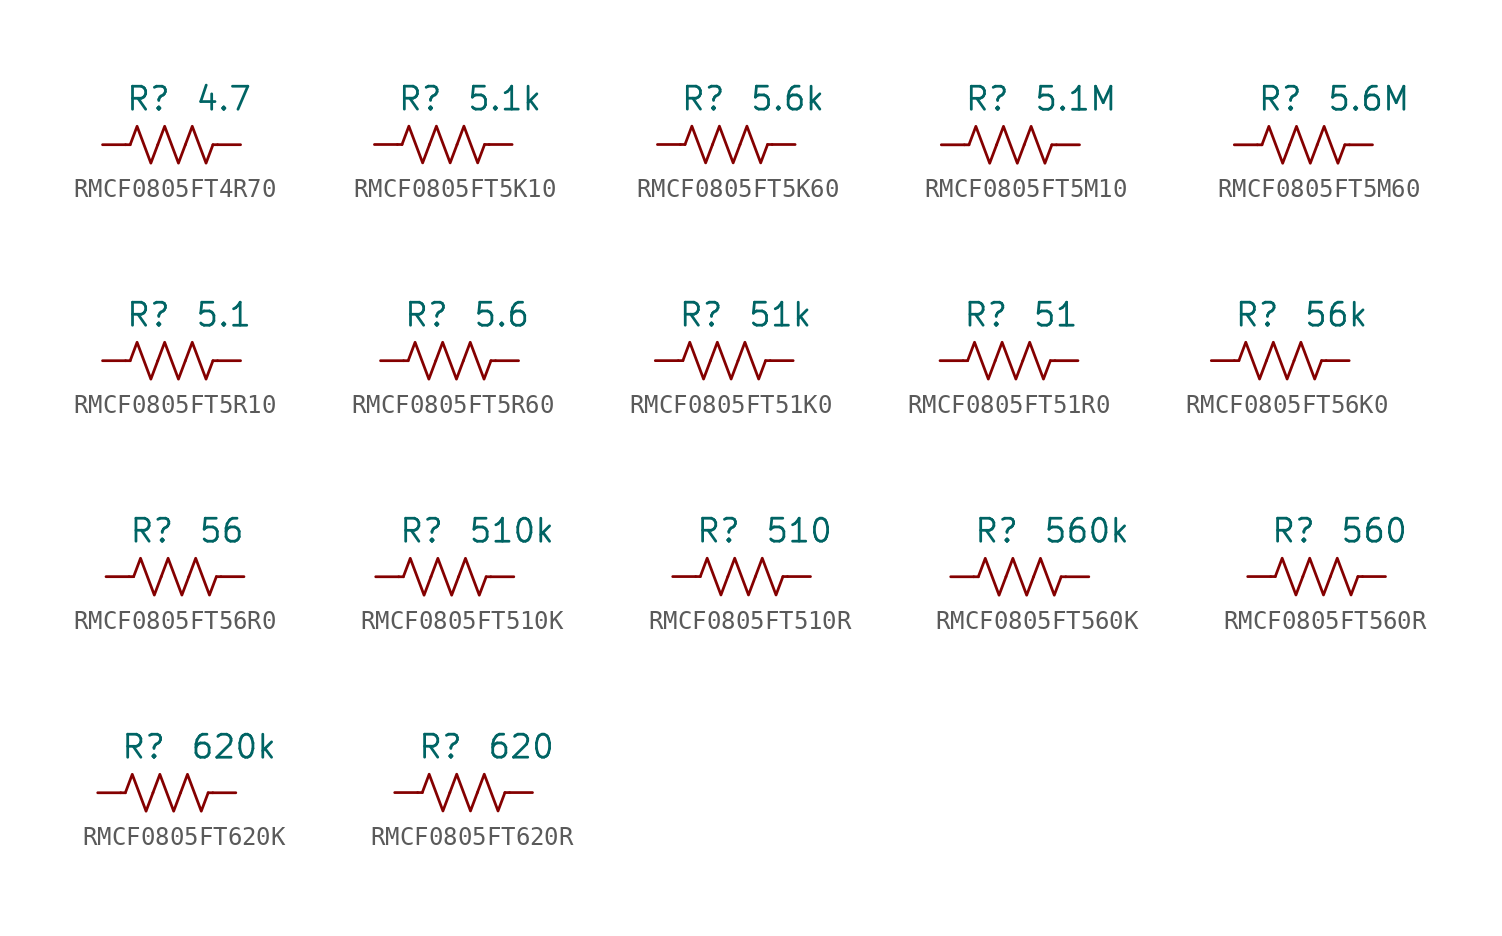
<source format=kicad_sym>
(kicad_symbol_lib
  (version 20241209)
  (generator "kicad_symbol_editor")
  (generator_version "9.0")
  (symbol "RMCF0805FT4R70"
    (pin_numbers
      (hide yes))
    (property "Reference" "R"
      (at 0 2.54 0)
      (effects (font (size 1.27 1.27)) (justify right)))
    (property "Value" "4.7"
      (at 1.27 2.54 0)
      (effects (font (size 1.27 1.27)) (justify left)))
    (symbol "RMCF0805FT4R70_0_1"
      (polyline (pts (xy -2.286 0) (xy -2.54 0)) (stroke (width 0) (type default)) (fill (type none)))
      (polyline (pts (xy -2.286 0) (xy -1.905 1.016) (xy -1.524 0) (xy -1.143 -1.016) (xy -0.762 0)) (stroke (width 0) (type default)) (fill (type none)))
      (polyline (pts (xy -0.762 0) (xy -0.381 1.016) (xy 0 0) (xy 0.381 -1.016) (xy 0.762 0)) (stroke (width 0) (type default)) (fill (type none)))
      (polyline (pts (xy 0.762 0) (xy 1.143 1.016) (xy 1.524 0) (xy 1.905 -1.016) (xy 2.286 0)) (stroke (width 0) (type default)) (fill (type none)))
      (polyline (pts (xy 2.286 0) (xy 2.54 0)) (stroke (width 0) (type default)) (fill (type none))))
    (symbol "RMCF0805FT4R70_1_1"
      (pin passive line (at -3.81 0 0) (length 1.27) (name "~" (effects (font (size 1.27 1.27)))) (number "1" (effects (font (size 1.27 1.27)))))
      (pin passive line (at 3.81 0 180) (length 1.27) (name "~" (effects (font (size 1.27 1.27)))) (number "2" (effects (font (size 1.27 1.27)))))))
  (symbol "RMCF0805FT5K10"
    (pin_numbers
      (hide yes))
    (property "Reference" "R"
      (at 0 2.54 0)
      (effects (font (size 1.27 1.27)) (justify right)))
    (property "Value" "5.1k"
      (at 1.27 2.54 0)
      (effects (font (size 1.27 1.27)) (justify left)))
    (symbol "RMCF0805FT5K10_0_1"
      (polyline (pts (xy -2.286 0) (xy -2.54 0)) (stroke (width 0) (type default)) (fill (type none)))
      (polyline (pts (xy -2.286 0) (xy -1.905 1.016) (xy -1.524 0) (xy -1.143 -1.016) (xy -0.762 0)) (stroke (width 0) (type default)) (fill (type none)))
      (polyline (pts (xy -0.762 0) (xy -0.381 1.016) (xy 0 0) (xy 0.381 -1.016) (xy 0.762 0)) (stroke (width 0) (type default)) (fill (type none)))
      (polyline (pts (xy 0.762 0) (xy 1.143 1.016) (xy 1.524 0) (xy 1.905 -1.016) (xy 2.286 0)) (stroke (width 0) (type default)) (fill (type none)))
      (polyline (pts (xy 2.286 0) (xy 2.54 0)) (stroke (width 0) (type default)) (fill (type none))))
    (symbol "RMCF0805FT5K10_1_1"
      (pin passive line (at -3.81 0 0) (length 1.27) (name "~" (effects (font (size 1.27 1.27)))) (number "1" (effects (font (size 1.27 1.27)))))
      (pin passive line (at 3.81 0 180) (length 1.27) (name "~" (effects (font (size 1.27 1.27)))) (number "2" (effects (font (size 1.27 1.27)))))))
  (symbol "RMCF0805FT5K60"
    (pin_numbers
      (hide yes))
    (property "Reference" "R"
      (at 0 2.54 0)
      (effects (font (size 1.27 1.27)) (justify right)))
    (property "Value" "5.6k"
      (at 1.27 2.54 0)
      (effects (font (size 1.27 1.27)) (justify left)))
    (symbol "RMCF0805FT5K60_0_1"
      (polyline (pts (xy -2.286 0) (xy -2.54 0)) (stroke (width 0) (type default)) (fill (type none)))
      (polyline (pts (xy -2.286 0) (xy -1.905 1.016) (xy -1.524 0) (xy -1.143 -1.016) (xy -0.762 0)) (stroke (width 0) (type default)) (fill (type none)))
      (polyline (pts (xy -0.762 0) (xy -0.381 1.016) (xy 0 0) (xy 0.381 -1.016) (xy 0.762 0)) (stroke (width 0) (type default)) (fill (type none)))
      (polyline (pts (xy 0.762 0) (xy 1.143 1.016) (xy 1.524 0) (xy 1.905 -1.016) (xy 2.286 0)) (stroke (width 0) (type default)) (fill (type none)))
      (polyline (pts (xy 2.286 0) (xy 2.54 0)) (stroke (width 0) (type default)) (fill (type none))))
    (symbol "RMCF0805FT5K60_1_1"
      (pin passive line (at -3.81 0 0) (length 1.27) (name "~" (effects (font (size 1.27 1.27)))) (number "1" (effects (font (size 1.27 1.27)))))
      (pin passive line (at 3.81 0 180) (length 1.27) (name "~" (effects (font (size 1.27 1.27)))) (number "2" (effects (font (size 1.27 1.27)))))))
  (symbol "RMCF0805FT5M10"
    (pin_numbers
      (hide yes))
    (property "Reference" "R"
      (at 0 2.54 0)
      (effects (font (size 1.27 1.27)) (justify right)))
    (property "Value" "5.1M"
      (at 1.27 2.54 0)
      (effects (font (size 1.27 1.27)) (justify left)))
    (symbol "RMCF0805FT5M10_0_1"
      (polyline (pts (xy -2.286 0) (xy -2.54 0)) (stroke (width 0) (type default)) (fill (type none)))
      (polyline (pts (xy -2.286 0) (xy -1.905 1.016) (xy -1.524 0) (xy -1.143 -1.016) (xy -0.762 0)) (stroke (width 0) (type default)) (fill (type none)))
      (polyline (pts (xy -0.762 0) (xy -0.381 1.016) (xy 0 0) (xy 0.381 -1.016) (xy 0.762 0)) (stroke (width 0) (type default)) (fill (type none)))
      (polyline (pts (xy 0.762 0) (xy 1.143 1.016) (xy 1.524 0) (xy 1.905 -1.016) (xy 2.286 0)) (stroke (width 0) (type default)) (fill (type none)))
      (polyline (pts (xy 2.286 0) (xy 2.54 0)) (stroke (width 0) (type default)) (fill (type none))))
    (symbol "RMCF0805FT5M10_1_1"
      (pin passive line (at -3.81 0 0) (length 1.27) (name "~" (effects (font (size 1.27 1.27)))) (number "1" (effects (font (size 1.27 1.27)))))
      (pin passive line (at 3.81 0 180) (length 1.27) (name "~" (effects (font (size 1.27 1.27)))) (number "2" (effects (font (size 1.27 1.27)))))))
  (symbol "RMCF0805FT5M60"
    (pin_numbers
      (hide yes))
    (property "Reference" "R"
      (at 0 2.54 0)
      (effects (font (size 1.27 1.27)) (justify right)))
    (property "Value" "5.6M"
      (at 1.27 2.54 0)
      (effects (font (size 1.27 1.27)) (justify left)))
    (symbol "RMCF0805FT5M60_0_1"
      (polyline (pts (xy -2.286 0) (xy -2.54 0)) (stroke (width 0) (type default)) (fill (type none)))
      (polyline (pts (xy -2.286 0) (xy -1.905 1.016) (xy -1.524 0) (xy -1.143 -1.016) (xy -0.762 0)) (stroke (width 0) (type default)) (fill (type none)))
      (polyline (pts (xy -0.762 0) (xy -0.381 1.016) (xy 0 0) (xy 0.381 -1.016) (xy 0.762 0)) (stroke (width 0) (type default)) (fill (type none)))
      (polyline (pts (xy 0.762 0) (xy 1.143 1.016) (xy 1.524 0) (xy 1.905 -1.016) (xy 2.286 0)) (stroke (width 0) (type default)) (fill (type none)))
      (polyline (pts (xy 2.286 0) (xy 2.54 0)) (stroke (width 0) (type default)) (fill (type none))))
    (symbol "RMCF0805FT5M60_1_1"
      (pin passive line (at -3.81 0 0) (length 1.27) (name "~" (effects (font (size 1.27 1.27)))) (number "1" (effects (font (size 1.27 1.27)))))
      (pin passive line (at 3.81 0 180) (length 1.27) (name "~" (effects (font (size 1.27 1.27)))) (number "2" (effects (font (size 1.27 1.27)))))))
  (symbol "RMCF0805FT5R10"
    (pin_numbers
      (hide yes))
    (property "Reference" "R"
      (at 0 2.54 0)
      (effects (font (size 1.27 1.27)) (justify right)))
    (property "Value" "5.1"
      (at 1.27 2.54 0)
      (effects (font (size 1.27 1.27)) (justify left)))
    (symbol "RMCF0805FT5R10_0_1"
      (polyline (pts (xy -2.286 0) (xy -2.54 0)) (stroke (width 0) (type default)) (fill (type none)))
      (polyline (pts (xy -2.286 0) (xy -1.905 1.016) (xy -1.524 0) (xy -1.143 -1.016) (xy -0.762 0)) (stroke (width 0) (type default)) (fill (type none)))
      (polyline (pts (xy -0.762 0) (xy -0.381 1.016) (xy 0 0) (xy 0.381 -1.016) (xy 0.762 0)) (stroke (width 0) (type default)) (fill (type none)))
      (polyline (pts (xy 0.762 0) (xy 1.143 1.016) (xy 1.524 0) (xy 1.905 -1.016) (xy 2.286 0)) (stroke (width 0) (type default)) (fill (type none)))
      (polyline (pts (xy 2.286 0) (xy 2.54 0)) (stroke (width 0) (type default)) (fill (type none))))
    (symbol "RMCF0805FT5R10_1_1"
      (pin passive line (at -3.81 0 0) (length 1.27) (name "~" (effects (font (size 1.27 1.27)))) (number "1" (effects (font (size 1.27 1.27)))))
      (pin passive line (at 3.81 0 180) (length 1.27) (name "~" (effects (font (size 1.27 1.27)))) (number "2" (effects (font (size 1.27 1.27)))))))
  (symbol "RMCF0805FT5R60"
    (pin_numbers
      (hide yes))
    (property "Reference" "R"
      (at 0 2.54 0)
      (effects (font (size 1.27 1.27)) (justify right)))
    (property "Value" "5.6"
      (at 1.27 2.54 0)
      (effects (font (size 1.27 1.27)) (justify left)))
    (symbol "RMCF0805FT5R60_0_1"
      (polyline (pts (xy -2.286 0) (xy -2.54 0)) (stroke (width 0) (type default)) (fill (type none)))
      (polyline (pts (xy -2.286 0) (xy -1.905 1.016) (xy -1.524 0) (xy -1.143 -1.016) (xy -0.762 0)) (stroke (width 0) (type default)) (fill (type none)))
      (polyline (pts (xy -0.762 0) (xy -0.381 1.016) (xy 0 0) (xy 0.381 -1.016) (xy 0.762 0)) (stroke (width 0) (type default)) (fill (type none)))
      (polyline (pts (xy 0.762 0) (xy 1.143 1.016) (xy 1.524 0) (xy 1.905 -1.016) (xy 2.286 0)) (stroke (width 0) (type default)) (fill (type none)))
      (polyline (pts (xy 2.286 0) (xy 2.54 0)) (stroke (width 0) (type default)) (fill (type none))))
    (symbol "RMCF0805FT5R60_1_1"
      (pin passive line (at -3.81 0 0) (length 1.27) (name "~" (effects (font (size 1.27 1.27)))) (number "1" (effects (font (size 1.27 1.27)))))
      (pin passive line (at 3.81 0 180) (length 1.27) (name "~" (effects (font (size 1.27 1.27)))) (number "2" (effects (font (size 1.27 1.27)))))))
  (symbol "RMCF0805FT51K0"
    (pin_numbers
      (hide yes))
    (property "Reference" "R"
      (at 0 2.54 0)
      (effects (font (size 1.27 1.27)) (justify right)))
    (property "Value" "51k"
      (at 1.27 2.54 0)
      (effects (font (size 1.27 1.27)) (justify left)))
    (symbol "RMCF0805FT51K0_0_1"
      (polyline (pts (xy -2.286 0) (xy -2.54 0)) (stroke (width 0) (type default)) (fill (type none)))
      (polyline (pts (xy -2.286 0) (xy -1.905 1.016) (xy -1.524 0) (xy -1.143 -1.016) (xy -0.762 0)) (stroke (width 0) (type default)) (fill (type none)))
      (polyline (pts (xy -0.762 0) (xy -0.381 1.016) (xy 0 0) (xy 0.381 -1.016) (xy 0.762 0)) (stroke (width 0) (type default)) (fill (type none)))
      (polyline (pts (xy 0.762 0) (xy 1.143 1.016) (xy 1.524 0) (xy 1.905 -1.016) (xy 2.286 0)) (stroke (width 0) (type default)) (fill (type none)))
      (polyline (pts (xy 2.286 0) (xy 2.54 0)) (stroke (width 0) (type default)) (fill (type none))))
    (symbol "RMCF0805FT51K0_1_1"
      (pin passive line (at -3.81 0 0) (length 1.27) (name "~" (effects (font (size 1.27 1.27)))) (number "1" (effects (font (size 1.27 1.27)))))
      (pin passive line (at 3.81 0 180) (length 1.27) (name "~" (effects (font (size 1.27 1.27)))) (number "2" (effects (font (size 1.27 1.27)))))))
  (symbol "RMCF0805FT51R0"
    (pin_numbers
      (hide yes))
    (property "Reference" "R"
      (at 0 2.54 0)
      (effects (font (size 1.27 1.27)) (justify right)))
    (property "Value" "51"
      (at 1.27 2.54 0)
      (effects (font (size 1.27 1.27)) (justify left)))
    (symbol "RMCF0805FT51R0_0_1"
      (polyline (pts (xy -2.286 0) (xy -2.54 0)) (stroke (width 0) (type default)) (fill (type none)))
      (polyline (pts (xy -2.286 0) (xy -1.905 1.016) (xy -1.524 0) (xy -1.143 -1.016) (xy -0.762 0)) (stroke (width 0) (type default)) (fill (type none)))
      (polyline (pts (xy -0.762 0) (xy -0.381 1.016) (xy 0 0) (xy 0.381 -1.016) (xy 0.762 0)) (stroke (width 0) (type default)) (fill (type none)))
      (polyline (pts (xy 0.762 0) (xy 1.143 1.016) (xy 1.524 0) (xy 1.905 -1.016) (xy 2.286 0)) (stroke (width 0) (type default)) (fill (type none)))
      (polyline (pts (xy 2.286 0) (xy 2.54 0)) (stroke (width 0) (type default)) (fill (type none))))
    (symbol "RMCF0805FT51R0_1_1"
      (pin passive line (at -3.81 0 0) (length 1.27) (name "~" (effects (font (size 1.27 1.27)))) (number "1" (effects (font (size 1.27 1.27)))))
      (pin passive line (at 3.81 0 180) (length 1.27) (name "~" (effects (font (size 1.27 1.27)))) (number "2" (effects (font (size 1.27 1.27)))))))
  (symbol "RMCF0805FT56K0"
    (pin_numbers
      (hide yes))
    (property "Reference" "R"
      (at 0 2.54 0)
      (effects (font (size 1.27 1.27)) (justify right)))
    (property "Value" "56k"
      (at 1.27 2.54 0)
      (effects (font (size 1.27 1.27)) (justify left)))
    (symbol "RMCF0805FT56K0_0_1"
      (polyline (pts (xy -2.286 0) (xy -2.54 0)) (stroke (width 0) (type default)) (fill (type none)))
      (polyline (pts (xy -2.286 0) (xy -1.905 1.016) (xy -1.524 0) (xy -1.143 -1.016) (xy -0.762 0)) (stroke (width 0) (type default)) (fill (type none)))
      (polyline (pts (xy -0.762 0) (xy -0.381 1.016) (xy 0 0) (xy 0.381 -1.016) (xy 0.762 0)) (stroke (width 0) (type default)) (fill (type none)))
      (polyline (pts (xy 0.762 0) (xy 1.143 1.016) (xy 1.524 0) (xy 1.905 -1.016) (xy 2.286 0)) (stroke (width 0) (type default)) (fill (type none)))
      (polyline (pts (xy 2.286 0) (xy 2.54 0)) (stroke (width 0) (type default)) (fill (type none))))
    (symbol "RMCF0805FT56K0_1_1"
      (pin passive line (at -3.81 0 0) (length 1.27) (name "~" (effects (font (size 1.27 1.27)))) (number "1" (effects (font (size 1.27 1.27)))))
      (pin passive line (at 3.81 0 180) (length 1.27) (name "~" (effects (font (size 1.27 1.27)))) (number "2" (effects (font (size 1.27 1.27)))))))
  (symbol "RMCF0805FT56R0"
    (pin_numbers
      (hide yes))
    (property "Reference" "R"
      (at 0 2.54 0)
      (effects (font (size 1.27 1.27)) (justify right)))
    (property "Value" "56"
      (at 1.27 2.54 0)
      (effects (font (size 1.27 1.27)) (justify left)))
    (symbol "RMCF0805FT56R0_0_1"
      (polyline (pts (xy -2.286 0) (xy -2.54 0)) (stroke (width 0) (type default)) (fill (type none)))
      (polyline (pts (xy -2.286 0) (xy -1.905 1.016) (xy -1.524 0) (xy -1.143 -1.016) (xy -0.762 0)) (stroke (width 0) (type default)) (fill (type none)))
      (polyline (pts (xy -0.762 0) (xy -0.381 1.016) (xy 0 0) (xy 0.381 -1.016) (xy 0.762 0)) (stroke (width 0) (type default)) (fill (type none)))
      (polyline (pts (xy 0.762 0) (xy 1.143 1.016) (xy 1.524 0) (xy 1.905 -1.016) (xy 2.286 0)) (stroke (width 0) (type default)) (fill (type none)))
      (polyline (pts (xy 2.286 0) (xy 2.54 0)) (stroke (width 0) (type default)) (fill (type none))))
    (symbol "RMCF0805FT56R0_1_1"
      (pin passive line (at -3.81 0 0) (length 1.27) (name "~" (effects (font (size 1.27 1.27)))) (number "1" (effects (font (size 1.27 1.27)))))
      (pin passive line (at 3.81 0 180) (length 1.27) (name "~" (effects (font (size 1.27 1.27)))) (number "2" (effects (font (size 1.27 1.27)))))))
  (symbol "RMCF0805FT510K"
    (pin_numbers
      (hide yes))
    (property "Reference" "R"
      (at 0 2.54 0)
      (effects (font (size 1.27 1.27)) (justify right)))
    (property "Value" "510k"
      (at 1.27 2.54 0)
      (effects (font (size 1.27 1.27)) (justify left)))
    (symbol "RMCF0805FT510K_0_1"
      (polyline (pts (xy -2.286 0) (xy -2.54 0)) (stroke (width 0) (type default)) (fill (type none)))
      (polyline (pts (xy -2.286 0) (xy -1.905 1.016) (xy -1.524 0) (xy -1.143 -1.016) (xy -0.762 0)) (stroke (width 0) (type default)) (fill (type none)))
      (polyline (pts (xy -0.762 0) (xy -0.381 1.016) (xy 0 0) (xy 0.381 -1.016) (xy 0.762 0)) (stroke (width 0) (type default)) (fill (type none)))
      (polyline (pts (xy 0.762 0) (xy 1.143 1.016) (xy 1.524 0) (xy 1.905 -1.016) (xy 2.286 0)) (stroke (width 0) (type default)) (fill (type none)))
      (polyline (pts (xy 2.286 0) (xy 2.54 0)) (stroke (width 0) (type default)) (fill (type none))))
    (symbol "RMCF0805FT510K_1_1"
      (pin passive line (at -3.81 0 0) (length 1.27) (name "~" (effects (font (size 1.27 1.27)))) (number "1" (effects (font (size 1.27 1.27)))))
      (pin passive line (at 3.81 0 180) (length 1.27) (name "~" (effects (font (size 1.27 1.27)))) (number "2" (effects (font (size 1.27 1.27)))))))
  (symbol "RMCF0805FT510R"
    (pin_numbers
      (hide yes))
    (property "Reference" "R"
      (at 0 2.54 0)
      (effects (font (size 1.27 1.27)) (justify right)))
    (property "Value" "510"
      (at 1.27 2.54 0)
      (effects (font (size 1.27 1.27)) (justify left)))
    (symbol "RMCF0805FT510R_0_1"
      (polyline (pts (xy -2.286 0) (xy -2.54 0)) (stroke (width 0) (type default)) (fill (type none)))
      (polyline (pts (xy -2.286 0) (xy -1.905 1.016) (xy -1.524 0) (xy -1.143 -1.016) (xy -0.762 0)) (stroke (width 0) (type default)) (fill (type none)))
      (polyline (pts (xy -0.762 0) (xy -0.381 1.016) (xy 0 0) (xy 0.381 -1.016) (xy 0.762 0)) (stroke (width 0) (type default)) (fill (type none)))
      (polyline (pts (xy 0.762 0) (xy 1.143 1.016) (xy 1.524 0) (xy 1.905 -1.016) (xy 2.286 0)) (stroke (width 0) (type default)) (fill (type none)))
      (polyline (pts (xy 2.286 0) (xy 2.54 0)) (stroke (width 0) (type default)) (fill (type none))))
    (symbol "RMCF0805FT510R_1_1"
      (pin passive line (at -3.81 0 0) (length 1.27) (name "~" (effects (font (size 1.27 1.27)))) (number "1" (effects (font (size 1.27 1.27)))))
      (pin passive line (at 3.81 0 180) (length 1.27) (name "~" (effects (font (size 1.27 1.27)))) (number "2" (effects (font (size 1.27 1.27)))))))
  (symbol "RMCF0805FT560K"
    (pin_numbers
      (hide yes))
    (property "Reference" "R"
      (at 0 2.54 0)
      (effects (font (size 1.27 1.27)) (justify right)))
    (property "Value" "560k"
      (at 1.27 2.54 0)
      (effects (font (size 1.27 1.27)) (justify left)))
    (symbol "RMCF0805FT560K_0_1"
      (polyline (pts (xy -2.286 0) (xy -2.54 0)) (stroke (width 0) (type default)) (fill (type none)))
      (polyline (pts (xy -2.286 0) (xy -1.905 1.016) (xy -1.524 0) (xy -1.143 -1.016) (xy -0.762 0)) (stroke (width 0) (type default)) (fill (type none)))
      (polyline (pts (xy -0.762 0) (xy -0.381 1.016) (xy 0 0) (xy 0.381 -1.016) (xy 0.762 0)) (stroke (width 0) (type default)) (fill (type none)))
      (polyline (pts (xy 0.762 0) (xy 1.143 1.016) (xy 1.524 0) (xy 1.905 -1.016) (xy 2.286 0)) (stroke (width 0) (type default)) (fill (type none)))
      (polyline (pts (xy 2.286 0) (xy 2.54 0)) (stroke (width 0) (type default)) (fill (type none))))
    (symbol "RMCF0805FT560K_1_1"
      (pin passive line (at -3.81 0 0) (length 1.27) (name "~" (effects (font (size 1.27 1.27)))) (number "1" (effects (font (size 1.27 1.27)))))
      (pin passive line (at 3.81 0 180) (length 1.27) (name "~" (effects (font (size 1.27 1.27)))) (number "2" (effects (font (size 1.27 1.27)))))))
  (symbol "RMCF0805FT560R"
    (pin_numbers
      (hide yes))
    (property "Reference" "R"
      (at 0 2.54 0)
      (effects (font (size 1.27 1.27)) (justify right)))
    (property "Value" "560"
      (at 1.27 2.54 0)
      (effects (font (size 1.27 1.27)) (justify left)))
    (symbol "RMCF0805FT560R_0_1"
      (polyline (pts (xy -2.286 0) (xy -2.54 0)) (stroke (width 0) (type default)) (fill (type none)))
      (polyline (pts (xy -2.286 0) (xy -1.905 1.016) (xy -1.524 0) (xy -1.143 -1.016) (xy -0.762 0)) (stroke (width 0) (type default)) (fill (type none)))
      (polyline (pts (xy -0.762 0) (xy -0.381 1.016) (xy 0 0) (xy 0.381 -1.016) (xy 0.762 0)) (stroke (width 0) (type default)) (fill (type none)))
      (polyline (pts (xy 0.762 0) (xy 1.143 1.016) (xy 1.524 0) (xy 1.905 -1.016) (xy 2.286 0)) (stroke (width 0) (type default)) (fill (type none)))
      (polyline (pts (xy 2.286 0) (xy 2.54 0)) (stroke (width 0) (type default)) (fill (type none))))
    (symbol "RMCF0805FT560R_1_1"
      (pin passive line (at -3.81 0 0) (length 1.27) (name "~" (effects (font (size 1.27 1.27)))) (number "1" (effects (font (size 1.27 1.27)))))
      (pin passive line (at 3.81 0 180) (length 1.27) (name "~" (effects (font (size 1.27 1.27)))) (number "2" (effects (font (size 1.27 1.27)))))))
  (symbol "RMCF0805FT620K"
    (pin_numbers
      (hide yes))
    (property "Reference" "R"
      (at 0 2.54 0)
      (effects (font (size 1.27 1.27)) (justify right)))
    (property "Value" "620k"
      (at 1.27 2.54 0)
      (effects (font (size 1.27 1.27)) (justify left)))
    (symbol "RMCF0805FT620K_0_1"
      (polyline (pts (xy -2.286 0) (xy -2.54 0)) (stroke (width 0) (type default)) (fill (type none)))
      (polyline (pts (xy -2.286 0) (xy -1.905 1.016) (xy -1.524 0) (xy -1.143 -1.016) (xy -0.762 0)) (stroke (width 0) (type default)) (fill (type none)))
      (polyline (pts (xy -0.762 0) (xy -0.381 1.016) (xy 0 0) (xy 0.381 -1.016) (xy 0.762 0)) (stroke (width 0) (type default)) (fill (type none)))
      (polyline (pts (xy 0.762 0) (xy 1.143 1.016) (xy 1.524 0) (xy 1.905 -1.016) (xy 2.286 0)) (stroke (width 0) (type default)) (fill (type none)))
      (polyline (pts (xy 2.286 0) (xy 2.54 0)) (stroke (width 0) (type default)) (fill (type none))))
    (symbol "RMCF0805FT620K_1_1"
      (pin passive line (at -3.81 0 0) (length 1.27) (name "~" (effects (font (size 1.27 1.27)))) (number "1" (effects (font (size 1.27 1.27)))))
      (pin passive line (at 3.81 0 180) (length 1.27) (name "~" (effects (font (size 1.27 1.27)))) (number "2" (effects (font (size 1.27 1.27)))))))
  (symbol "RMCF0805FT620R"
    (pin_numbers
      (hide yes))
    (property "Reference" "R"
      (at 0 2.54 0)
      (effects (font (size 1.27 1.27)) (justify right)))
    (property "Value" "620"
      (at 1.27 2.54 0)
      (effects (font (size 1.27 1.27)) (justify left)))
    (symbol "RMCF0805FT620R_0_1"
      (polyline (pts (xy -2.286 0) (xy -2.54 0)) (stroke (width 0) (type default)) (fill (type none)))
      (polyline (pts (xy -2.286 0) (xy -1.905 1.016) (xy -1.524 0) (xy -1.143 -1.016) (xy -0.762 0)) (stroke (width 0) (type default)) (fill (type none)))
      (polyline (pts (xy -0.762 0) (xy -0.381 1.016) (xy 0 0) (xy 0.381 -1.016) (xy 0.762 0)) (stroke (width 0) (type default)) (fill (type none)))
      (polyline (pts (xy 0.762 0) (xy 1.143 1.016) (xy 1.524 0) (xy 1.905 -1.016) (xy 2.286 0)) (stroke (width 0) (type default)) (fill (type none)))
      (polyline (pts (xy 2.286 0) (xy 2.54 0)) (stroke (width 0) (type default)) (fill (type none))))
    (symbol "RMCF0805FT620R_1_1"
      (pin passive line (at -3.81 0 0) (length 1.27) (name "~" (effects (font (size 1.27 1.27)))) (number "1" (effects (font (size 1.27 1.27)))))
      (pin passive line (at 3.81 0 180) (length 1.27) (name "~" (effects (font (size 1.27 1.27)))) (number "2" (effects (font (size 1.27 1.27))))))))
</source>
